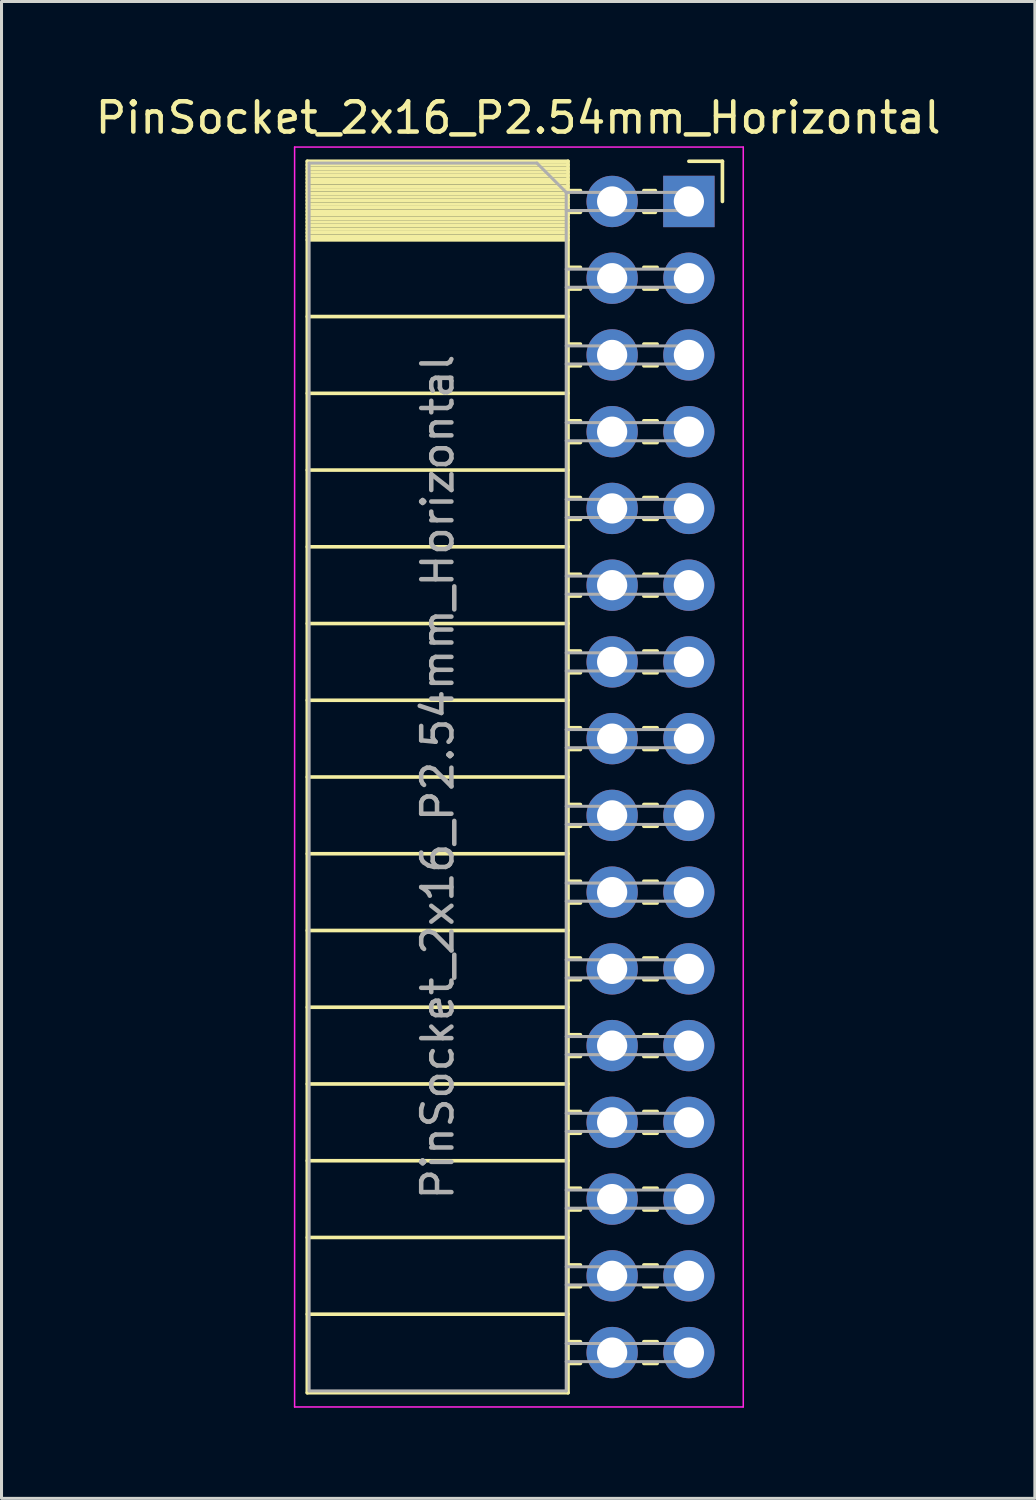
<source format=kicad_pcb>
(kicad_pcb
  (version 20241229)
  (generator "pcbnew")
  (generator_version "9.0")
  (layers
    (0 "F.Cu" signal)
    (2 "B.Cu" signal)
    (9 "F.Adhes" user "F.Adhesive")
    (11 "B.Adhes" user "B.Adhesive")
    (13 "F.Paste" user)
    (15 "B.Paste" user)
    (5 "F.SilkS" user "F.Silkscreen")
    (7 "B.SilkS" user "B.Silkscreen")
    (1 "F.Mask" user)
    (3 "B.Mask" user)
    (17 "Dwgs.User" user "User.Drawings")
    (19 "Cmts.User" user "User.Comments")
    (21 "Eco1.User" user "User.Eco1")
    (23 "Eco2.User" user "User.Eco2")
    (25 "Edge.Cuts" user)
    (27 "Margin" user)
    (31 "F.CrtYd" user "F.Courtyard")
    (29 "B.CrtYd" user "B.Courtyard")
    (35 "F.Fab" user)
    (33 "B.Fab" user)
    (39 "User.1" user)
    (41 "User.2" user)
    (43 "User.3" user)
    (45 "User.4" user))
  (footprint "PinSocket_2x16_P2.54mm_Horizontal"
    (layer "F.Cu")
    (at 19.751 3.618)
    (property "Reference" "PinSocket_2x16_P2.54mm_Horizontal" (at -5.65 -2.77 0) (layer "F.SilkS") (effects (font (size 1 1) (thickness 0.15))))
    (attr through_hole)
    (fp_line (start -12.63 -1.33) (end -12.63 39.43) (stroke (width 0.12) (type solid)) (layer "F.SilkS"))
    (fp_line (start -12.63 -1.33) (end -4 -1.33) (stroke (width 0.12) (type solid)) (layer "F.SilkS"))
    (fp_line (start -12.63 -1.21) (end -4 -1.21) (stroke (width 0.12) (type solid)) (layer "F.SilkS"))
    (fp_line (start -12.63 -1.092) (end -4 -1.092) (stroke (width 0.12) (type solid)) (layer "F.SilkS"))
    (fp_line (start -12.63 -0.974) (end -4 -0.974) (stroke (width 0.12) (type solid)) (layer "F.SilkS"))
    (fp_line (start -12.63 -0.856) (end -4 -0.856) (stroke (width 0.12) (type solid)) (layer "F.SilkS"))
    (fp_line (start -12.63 -0.738) (end -4 -0.738) (stroke (width 0.12) (type solid)) (layer "F.SilkS"))
    (fp_line (start -12.63 -0.62) (end -4 -0.62) (stroke (width 0.12) (type solid)) (layer "F.SilkS"))
    (fp_line (start -12.63 -0.501) (end -4 -0.501) (stroke (width 0.12) (type solid)) (layer "F.SilkS"))
    (fp_line (start -12.63 -0.383) (end -4 -0.383) (stroke (width 0.12) (type solid)) (layer "F.SilkS"))
    (fp_line (start -12.63 -0.265) (end -4 -0.265) (stroke (width 0.12) (type solid)) (layer "F.SilkS"))
    (fp_line (start -12.63 -0.147) (end -4 -0.147) (stroke (width 0.12) (type solid)) (layer "F.SilkS"))
    (fp_line (start -12.63 -0.029) (end -4 -0.029) (stroke (width 0.12) (type solid)) (layer "F.SilkS"))
    (fp_line (start -12.63 0.089) (end -4 0.089) (stroke (width 0.12) (type solid)) (layer "F.SilkS"))
    (fp_line (start -12.63 0.207) (end -4 0.207) (stroke (width 0.12) (type solid)) (layer "F.SilkS"))
    (fp_line (start -12.63 0.325) (end -4 0.325) (stroke (width 0.12) (type solid)) (layer "F.SilkS"))
    (fp_line (start -12.63 0.443) (end -4 0.443) (stroke (width 0.12) (type solid)) (layer "F.SilkS"))
    (fp_line (start -12.63 0.561) (end -4 0.561) (stroke (width 0.12) (type solid)) (layer "F.SilkS"))
    (fp_line (start -12.63 0.68) (end -4 0.68) (stroke (width 0.12) (type solid)) (layer "F.SilkS"))
    (fp_line (start -12.63 0.798) (end -4 0.798) (stroke (width 0.12) (type solid)) (layer "F.SilkS"))
    (fp_line (start -12.63 0.916) (end -4 0.916) (stroke (width 0.12) (type solid)) (layer "F.SilkS"))
    (fp_line (start -12.63 1.034) (end -4 1.034) (stroke (width 0.12) (type solid)) (layer "F.SilkS"))
    (fp_line (start -12.63 1.152) (end -4 1.152) (stroke (width 0.12) (type solid)) (layer "F.SilkS"))
    (fp_line (start -12.63 1.27) (end -4 1.27) (stroke (width 0.12) (type solid)) (layer "F.SilkS"))
    (fp_line (start -12.63 3.81) (end -4 3.81) (stroke (width 0.12) (type solid)) (layer "F.SilkS"))
    (fp_line (start -12.63 6.35) (end -4 6.35) (stroke (width 0.12) (type solid)) (layer "F.SilkS"))
    (fp_line (start -12.63 8.89) (end -4 8.89) (stroke (width 0.12) (type solid)) (layer "F.SilkS"))
    (fp_line (start -12.63 11.43) (end -4 11.43) (stroke (width 0.12) (type solid)) (layer "F.SilkS"))
    (fp_line (start -12.63 13.97) (end -4 13.97) (stroke (width 0.12) (type solid)) (layer "F.SilkS"))
    (fp_line (start -12.63 16.51) (end -4 16.51) (stroke (width 0.12) (type solid)) (layer "F.SilkS"))
    (fp_line (start -12.63 19.05) (end -4 19.05) (stroke (width 0.12) (type solid)) (layer "F.SilkS"))
    (fp_line (start -12.63 21.59) (end -4 21.59) (stroke (width 0.12) (type solid)) (layer "F.SilkS"))
    (fp_line (start -12.63 24.13) (end -4 24.13) (stroke (width 0.12) (type solid)) (layer "F.SilkS"))
    (fp_line (start -12.63 26.67) (end -4 26.67) (stroke (width 0.12) (type solid)) (layer "F.SilkS"))
    (fp_line (start -12.63 29.21) (end -4 29.21) (stroke (width 0.12) (type solid)) (layer "F.SilkS"))
    (fp_line (start -12.63 31.75) (end -4 31.75) (stroke (width 0.12) (type solid)) (layer "F.SilkS"))
    (fp_line (start -12.63 34.29) (end -4 34.29) (stroke (width 0.12) (type solid)) (layer "F.SilkS"))
    (fp_line (start -12.63 36.83) (end -4 36.83) (stroke (width 0.12) (type solid)) (layer "F.SilkS"))
    (fp_line (start -12.63 39.43) (end -4 39.43) (stroke (width 0.12) (type solid)) (layer "F.SilkS"))
    (fp_line (start -4 -1.33) (end -4 39.43) (stroke (width 0.12) (type solid)) (layer "F.SilkS"))
    (fp_line (start -4 -0.36) (end -3.59 -0.36) (stroke (width 0.12) (type solid)) (layer "F.SilkS"))
    (fp_line (start -4 0.36) (end -3.59 0.36) (stroke (width 0.12) (type solid)) (layer "F.SilkS"))
    (fp_line (start -4 2.18) (end -3.59 2.18) (stroke (width 0.12) (type solid)) (layer "F.SilkS"))
    (fp_line (start -4 2.9) (end -3.59 2.9) (stroke (width 0.12) (type solid)) (layer "F.SilkS"))
    (fp_line (start -4 4.72) (end -3.59 4.72) (stroke (width 0.12) (type solid)) (layer "F.SilkS"))
    (fp_line (start -4 5.44) (end -3.59 5.44) (stroke (width 0.12) (type solid)) (layer "F.SilkS"))
    (fp_line (start -4 7.26) (end -3.59 7.26) (stroke (width 0.12) (type solid)) (layer "F.SilkS"))
    (fp_line (start -4 7.98) (end -3.59 7.98) (stroke (width 0.12) (type solid)) (layer "F.SilkS"))
    (fp_line (start -4 9.8) (end -3.59 9.8) (stroke (width 0.12) (type solid)) (layer "F.SilkS"))
    (fp_line (start -4 10.52) (end -3.59 10.52) (stroke (width 0.12) (type solid)) (layer "F.SilkS"))
    (fp_line (start -4 12.34) (end -3.59 12.34) (stroke (width 0.12) (type solid)) (layer "F.SilkS"))
    (fp_line (start -4 13.06) (end -3.59 13.06) (stroke (width 0.12) (type solid)) (layer "F.SilkS"))
    (fp_line (start -4 14.88) (end -3.59 14.88) (stroke (width 0.12) (type solid)) (layer "F.SilkS"))
    (fp_line (start -4 15.6) (end -3.59 15.6) (stroke (width 0.12) (type solid)) (layer "F.SilkS"))
    (fp_line (start -4 17.42) (end -3.59 17.42) (stroke (width 0.12) (type solid)) (layer "F.SilkS"))
    (fp_line (start -4 18.14) (end -3.59 18.14) (stroke (width 0.12) (type solid)) (layer "F.SilkS"))
    (fp_line (start -4 19.96) (end -3.59 19.96) (stroke (width 0.12) (type solid)) (layer "F.SilkS"))
    (fp_line (start -4 20.68) (end -3.59 20.68) (stroke (width 0.12) (type solid)) (layer "F.SilkS"))
    (fp_line (start -4 22.5) (end -3.59 22.5) (stroke (width 0.12) (type solid)) (layer "F.SilkS"))
    (fp_line (start -4 23.22) (end -3.59 23.22) (stroke (width 0.12) (type solid)) (layer "F.SilkS"))
    (fp_line (start -4 25.04) (end -3.59 25.04) (stroke (width 0.12) (type solid)) (layer "F.SilkS"))
    (fp_line (start -4 25.76) (end -3.59 25.76) (stroke (width 0.12) (type solid)) (layer "F.SilkS"))
    (fp_line (start -4 27.58) (end -3.59 27.58) (stroke (width 0.12) (type solid)) (layer "F.SilkS"))
    (fp_line (start -4 28.3) (end -3.59 28.3) (stroke (width 0.12) (type solid)) (layer "F.SilkS"))
    (fp_line (start -4 30.12) (end -3.59 30.12) (stroke (width 0.12) (type solid)) (layer "F.SilkS"))
    (fp_line (start -4 30.84) (end -3.59 30.84) (stroke (width 0.12) (type solid)) (layer "F.SilkS"))
    (fp_line (start -4 32.66) (end -3.59 32.66) (stroke (width 0.12) (type solid)) (layer "F.SilkS"))
    (fp_line (start -4 33.38) (end -3.59 33.38) (stroke (width 0.12) (type solid)) (layer "F.SilkS"))
    (fp_line (start -4 35.2) (end -3.59 35.2) (stroke (width 0.12) (type solid)) (layer "F.SilkS"))
    (fp_line (start -4 35.92) (end -3.59 35.92) (stroke (width 0.12) (type solid)) (layer "F.SilkS"))
    (fp_line (start -4 37.74) (end -3.59 37.74) (stroke (width 0.12) (type solid)) (layer "F.SilkS"))
    (fp_line (start -4 38.46) (end -3.59 38.46) (stroke (width 0.12) (type solid)) (layer "F.SilkS"))
    (fp_line (start -1.49 -0.36) (end -1.11 -0.36) (stroke (width 0.12) (type solid)) (layer "F.SilkS"))
    (fp_line (start -1.49 0.36) (end -1.11 0.36) (stroke (width 0.12) (type solid)) (layer "F.SilkS"))
    (fp_line (start -1.49 2.18) (end -1.05 2.18) (stroke (width 0.12) (type solid)) (layer "F.SilkS"))
    (fp_line (start -1.49 2.9) (end -1.05 2.9) (stroke (width 0.12) (type solid)) (layer "F.SilkS"))
    (fp_line (start -1.49 4.72) (end -1.05 4.72) (stroke (width 0.12) (type solid)) (layer "F.SilkS"))
    (fp_line (start -1.49 5.44) (end -1.05 5.44) (stroke (width 0.12) (type solid)) (layer "F.SilkS"))
    (fp_line (start -1.49 7.26) (end -1.05 7.26) (stroke (width 0.12) (type solid)) (layer "F.SilkS"))
    (fp_line (start -1.49 7.98) (end -1.05 7.98) (stroke (width 0.12) (type solid)) (layer "F.SilkS"))
    (fp_line (start -1.49 9.8) (end -1.05 9.8) (stroke (width 0.12) (type solid)) (layer "F.SilkS"))
    (fp_line (start -1.49 10.52) (end -1.05 10.52) (stroke (width 0.12) (type solid)) (layer "F.SilkS"))
    (fp_line (start -1.49 12.34) (end -1.05 12.34) (stroke (width 0.12) (type solid)) (layer "F.SilkS"))
    (fp_line (start -1.49 13.06) (end -1.05 13.06) (stroke (width 0.12) (type solid)) (layer "F.SilkS"))
    (fp_line (start -1.49 14.88) (end -1.05 14.88) (stroke (width 0.12) (type solid)) (layer "F.SilkS"))
    (fp_line (start -1.49 15.6) (end -1.05 15.6) (stroke (width 0.12) (type solid)) (layer "F.SilkS"))
    (fp_line (start -1.49 17.42) (end -1.05 17.42) (stroke (width 0.12) (type solid)) (layer "F.SilkS"))
    (fp_line (start -1.49 18.14) (end -1.05 18.14) (stroke (width 0.12) (type solid)) (layer "F.SilkS"))
    (fp_line (start -1.49 19.96) (end -1.05 19.96) (stroke (width 0.12) (type solid)) (layer "F.SilkS"))
    (fp_line (start -1.49 20.68) (end -1.05 20.68) (stroke (width 0.12) (type solid)) (layer "F.SilkS"))
    (fp_line (start -1.49 22.5) (end -1.05 22.5) (stroke (width 0.12) (type solid)) (layer "F.SilkS"))
    (fp_line (start -1.49 23.22) (end -1.05 23.22) (stroke (width 0.12) (type solid)) (layer "F.SilkS"))
    (fp_line (start -1.49 25.04) (end -1.05 25.04) (stroke (width 0.12) (type solid)) (layer "F.SilkS"))
    (fp_line (start -1.49 25.76) (end -1.05 25.76) (stroke (width 0.12) (type solid)) (layer "F.SilkS"))
    (fp_line (start -1.49 27.58) (end -1.05 27.58) (stroke (width 0.12) (type solid)) (layer "F.SilkS"))
    (fp_line (start -1.49 28.3) (end -1.05 28.3) (stroke (width 0.12) (type solid)) (layer "F.SilkS"))
    (fp_line (start -1.49 30.12) (end -1.05 30.12) (stroke (width 0.12) (type solid)) (layer "F.SilkS"))
    (fp_line (start -1.49 30.84) (end -1.05 30.84) (stroke (width 0.12) (type solid)) (layer "F.SilkS"))
    (fp_line (start -1.49 32.66) (end -1.05 32.66) (stroke (width 0.12) (type solid)) (layer "F.SilkS"))
    (fp_line (start -1.49 33.38) (end -1.05 33.38) (stroke (width 0.12) (type solid)) (layer "F.SilkS"))
    (fp_line (start -1.49 35.2) (end -1.05 35.2) (stroke (width 0.12) (type solid)) (layer "F.SilkS"))
    (fp_line (start -1.49 35.92) (end -1.05 35.92) (stroke (width 0.12) (type solid)) (layer "F.SilkS"))
    (fp_line (start -1.49 37.74) (end -1.05 37.74) (stroke (width 0.12) (type solid)) (layer "F.SilkS"))
    (fp_line (start -1.49 38.46) (end -1.05 38.46) (stroke (width 0.12) (type solid)) (layer "F.SilkS"))
    (fp_line (start 0 -1.33) (end 1.11 -1.33) (stroke (width 0.12) (type solid)) (layer "F.SilkS"))
    (fp_line (start 1.11 -1.33) (end 1.11 0) (stroke (width 0.12) (type solid)) (layer "F.SilkS"))
    (fp_line (start -13.05 -1.8) (end -13.05 39.9) (stroke (width 0.05) (type solid)) (layer "F.CrtYd"))
    (fp_line (start -13.05 39.9) (end 1.8 39.9) (stroke (width 0.05) (type solid)) (layer "F.CrtYd"))
    (fp_line (start 1.8 -1.8) (end -13.05 -1.8) (stroke (width 0.05) (type solid)) (layer "F.CrtYd"))
    (fp_line (start 1.8 39.9) (end 1.8 -1.8) (stroke (width 0.05) (type solid)) (layer "F.CrtYd"))
    (fp_line (start -12.57 -1.27) (end -5.03 -1.27) (stroke (width 0.1) (type solid)) (layer "F.Fab"))
    (fp_line (start -12.57 39.37) (end -12.57 -1.27) (stroke (width 0.1) (type solid)) (layer "F.Fab"))
    (fp_line (start -5.03 -1.27) (end -4.06 -0.3) (stroke (width 0.1) (type solid)) (layer "F.Fab"))
    (fp_line (start -4.06 -0.3) (end -4.06 39.37) (stroke (width 0.1) (type solid)) (layer "F.Fab"))
    (fp_line (start -4.06 0.3) (end 0 0.3) (stroke (width 0.1) (type solid)) (layer "F.Fab"))
    (fp_line (start -4.06 2.84) (end 0 2.84) (stroke (width 0.1) (type solid)) (layer "F.Fab"))
    (fp_line (start -4.06 5.38) (end 0 5.38) (stroke (width 0.1) (type solid)) (layer "F.Fab"))
    (fp_line (start -4.06 7.92) (end 0 7.92) (stroke (width 0.1) (type solid)) (layer "F.Fab"))
    (fp_line (start -4.06 10.46) (end 0 10.46) (stroke (width 0.1) (type solid)) (layer "F.Fab"))
    (fp_line (start -4.06 13) (end 0 13) (stroke (width 0.1) (type solid)) (layer "F.Fab"))
    (fp_line (start -4.06 15.54) (end 0 15.54) (stroke (width 0.1) (type solid)) (layer "F.Fab"))
    (fp_line (start -4.06 18.08) (end 0 18.08) (stroke (width 0.1) (type solid)) (layer "F.Fab"))
    (fp_line (start -4.06 20.62) (end 0 20.62) (stroke (width 0.1) (type solid)) (layer "F.Fab"))
    (fp_line (start -4.06 23.16) (end 0 23.16) (stroke (width 0.1) (type solid)) (layer "F.Fab"))
    (fp_line (start -4.06 25.7) (end 0 25.7) (stroke (width 0.1) (type solid)) (layer "F.Fab"))
    (fp_line (start -4.06 28.24) (end 0 28.24) (stroke (width 0.1) (type solid)) (layer "F.Fab"))
    (fp_line (start -4.06 30.78) (end 0 30.78) (stroke (width 0.1) (type solid)) (layer "F.Fab"))
    (fp_line (start -4.06 33.32) (end 0 33.32) (stroke (width 0.1) (type solid)) (layer "F.Fab"))
    (fp_line (start -4.06 35.86) (end 0 35.86) (stroke (width 0.1) (type solid)) (layer "F.Fab"))
    (fp_line (start -4.06 38.4) (end 0 38.4) (stroke (width 0.1) (type solid)) (layer "F.Fab"))
    (fp_line (start -4.06 39.37) (end -12.57 39.37) (stroke (width 0.1) (type solid)) (layer "F.Fab"))
    (fp_line (start 0 -0.3) (end -4.06 -0.3) (stroke (width 0.1) (type solid)) (layer "F.Fab"))
    (fp_line (start 0 0.3) (end 0 -0.3) (stroke (width 0.1) (type solid)) (layer "F.Fab"))
    (fp_line (start 0 2.24) (end -4.06 2.24) (stroke (width 0.1) (type solid)) (layer "F.Fab"))
    (fp_line (start 0 2.84) (end 0 2.24) (stroke (width 0.1) (type solid)) (layer "F.Fab"))
    (fp_line (start 0 4.78) (end -4.06 4.78) (stroke (width 0.1) (type solid)) (layer "F.Fab"))
    (fp_line (start 0 5.38) (end 0 4.78) (stroke (width 0.1) (type solid)) (layer "F.Fab"))
    (fp_line (start 0 7.32) (end -4.06 7.32) (stroke (width 0.1) (type solid)) (layer "F.Fab"))
    (fp_line (start 0 7.92) (end 0 7.32) (stroke (width 0.1) (type solid)) (layer "F.Fab"))
    (fp_line (start 0 9.86) (end -4.06 9.86) (stroke (width 0.1) (type solid)) (layer "F.Fab"))
    (fp_line (start 0 10.46) (end 0 9.86) (stroke (width 0.1) (type solid)) (layer "F.Fab"))
    (fp_line (start 0 12.4) (end -4.06 12.4) (stroke (width 0.1) (type solid)) (layer "F.Fab"))
    (fp_line (start 0 13) (end 0 12.4) (stroke (width 0.1) (type solid)) (layer "F.Fab"))
    (fp_line (start 0 14.94) (end -4.06 14.94) (stroke (width 0.1) (type solid)) (layer "F.Fab"))
    (fp_line (start 0 15.54) (end 0 14.94) (stroke (width 0.1) (type solid)) (layer "F.Fab"))
    (fp_line (start 0 17.48) (end -4.06 17.48) (stroke (width 0.1) (type solid)) (layer "F.Fab"))
    (fp_line (start 0 18.08) (end 0 17.48) (stroke (width 0.1) (type solid)) (layer "F.Fab"))
    (fp_line (start 0 20.02) (end -4.06 20.02) (stroke (width 0.1) (type solid)) (layer "F.Fab"))
    (fp_line (start 0 20.62) (end 0 20.02) (stroke (width 0.1) (type solid)) (layer "F.Fab"))
    (fp_line (start 0 22.56) (end -4.06 22.56) (stroke (width 0.1) (type solid)) (layer "F.Fab"))
    (fp_line (start 0 23.16) (end 0 22.56) (stroke (width 0.1) (type solid)) (layer "F.Fab"))
    (fp_line (start 0 25.1) (end -4.06 25.1) (stroke (width 0.1) (type solid)) (layer "F.Fab"))
    (fp_line (start 0 25.7) (end 0 25.1) (stroke (width 0.1) (type solid)) (layer "F.Fab"))
    (fp_line (start 0 27.64) (end -4.06 27.64) (stroke (width 0.1) (type solid)) (layer "F.Fab"))
    (fp_line (start 0 28.24) (end 0 27.64) (stroke (width 0.1) (type solid)) (layer "F.Fab"))
    (fp_line (start 0 30.18) (end -4.06 30.18) (stroke (width 0.1) (type solid)) (layer "F.Fab"))
    (fp_line (start 0 30.78) (end 0 30.18) (stroke (width 0.1) (type solid)) (layer "F.Fab"))
    (fp_line (start 0 32.72) (end -4.06 32.72) (stroke (width 0.1) (type solid)) (layer "F.Fab"))
    (fp_line (start 0 33.32) (end 0 32.72) (stroke (width 0.1) (type solid)) (layer "F.Fab"))
    (fp_line (start 0 35.26) (end -4.06 35.26) (stroke (width 0.1) (type solid)) (layer "F.Fab"))
    (fp_line (start 0 35.86) (end 0 35.26) (stroke (width 0.1) (type solid)) (layer "F.Fab"))
    (fp_line (start 0 37.8) (end -4.06 37.8) (stroke (width 0.1) (type solid)) (layer "F.Fab"))
    (fp_line (start 0 38.4) (end 0 37.8) (stroke (width 0.1) (type solid)) (layer "F.Fab"))
    (fp_text user "${REFERENCE}" (at -8.315 19.05 90) (layer "F.Fab") (effects (font (size 1 1) (thickness 0.15))))
    (pad "1" thru_hole rect (at 0 0) (size 1.7 1.7) (drill 1) (layers "*.Cu" "*.Mask"))
    (pad "2" thru_hole circle (at -2.54 0) (size 1.7 1.7) (drill 1) (layers "*.Cu" "*.Mask"))
    (pad "3" thru_hole circle (at 0 2.54) (size 1.7 1.7) (drill 1) (layers "*.Cu" "*.Mask"))
    (pad "4" thru_hole circle (at -2.54 2.54) (size 1.7 1.7) (drill 1) (layers "*.Cu" "*.Mask"))
    (pad "5" thru_hole circle (at 0 5.08) (size 1.7 1.7) (drill 1) (layers "*.Cu" "*.Mask"))
    (pad "6" thru_hole circle (at -2.54 5.08) (size 1.7 1.7) (drill 1) (layers "*.Cu" "*.Mask"))
    (pad "7" thru_hole circle (at 0 7.62) (size 1.7 1.7) (drill 1) (layers "*.Cu" "*.Mask"))
    (pad "8" thru_hole circle (at -2.54 7.62) (size 1.7 1.7) (drill 1) (layers "*.Cu" "*.Mask"))
    (pad "9" thru_hole circle (at 0 10.16) (size 1.7 1.7) (drill 1) (layers "*.Cu" "*.Mask"))
    (pad "10" thru_hole circle (at -2.54 10.16) (size 1.7 1.7) (drill 1) (layers "*.Cu" "*.Mask"))
    (pad "11" thru_hole circle (at 0 12.7) (size 1.7 1.7) (drill 1) (layers "*.Cu" "*.Mask"))
    (pad "12" thru_hole circle (at -2.54 12.7) (size 1.7 1.7) (drill 1) (layers "*.Cu" "*.Mask"))
    (pad "13" thru_hole circle (at 0 15.24) (size 1.7 1.7) (drill 1) (layers "*.Cu" "*.Mask"))
    (pad "14" thru_hole circle (at -2.54 15.24) (size 1.7 1.7) (drill 1) (layers "*.Cu" "*.Mask"))
    (pad "15" thru_hole circle (at 0 17.78) (size 1.7 1.7) (drill 1) (layers "*.Cu" "*.Mask"))
    (pad "16" thru_hole circle (at -2.54 17.78) (size 1.7 1.7) (drill 1) (layers "*.Cu" "*.Mask"))
    (pad "17" thru_hole circle (at 0 20.32) (size 1.7 1.7) (drill 1) (layers "*.Cu" "*.Mask"))
    (pad "18" thru_hole circle (at -2.54 20.32) (size 1.7 1.7) (drill 1) (layers "*.Cu" "*.Mask"))
    (pad "19" thru_hole circle (at 0 22.86) (size 1.7 1.7) (drill 1) (layers "*.Cu" "*.Mask"))
    (pad "20" thru_hole circle (at -2.54 22.86) (size 1.7 1.7) (drill 1) (layers "*.Cu" "*.Mask"))
    (pad "21" thru_hole circle (at 0 25.4) (size 1.7 1.7) (drill 1) (layers "*.Cu" "*.Mask"))
    (pad "22" thru_hole circle (at -2.54 25.4) (size 1.7 1.7) (drill 1) (layers "*.Cu" "*.Mask"))
    (pad "23" thru_hole circle (at 0 27.94) (size 1.7 1.7) (drill 1) (layers "*.Cu" "*.Mask"))
    (pad "24" thru_hole circle (at -2.54 27.94) (size 1.7 1.7) (drill 1) (layers "*.Cu" "*.Mask"))
    (pad "25" thru_hole circle (at 0 30.48) (size 1.7 1.7) (drill 1) (layers "*.Cu" "*.Mask"))
    (pad "26" thru_hole circle (at -2.54 30.48) (size 1.7 1.7) (drill 1) (layers "*.Cu" "*.Mask"))
    (pad "27" thru_hole circle (at 0 33.02) (size 1.7 1.7) (drill 1) (layers "*.Cu" "*.Mask"))
    (pad "28" thru_hole circle (at -2.54 33.02) (size 1.7 1.7) (drill 1) (layers "*.Cu" "*.Mask"))
    (pad "29" thru_hole circle (at 0 35.56) (size 1.7 1.7) (drill 1) (layers "*.Cu" "*.Mask"))
    (pad "30" thru_hole circle (at -2.54 35.56) (size 1.7 1.7) (drill 1) (layers "*.Cu" "*.Mask"))
    (pad "31" thru_hole circle (at 0 38.1) (size 1.7 1.7) (drill 1) (layers "*.Cu" "*.Mask"))
    (pad "32" thru_hole circle (at -2.54 38.1) (size 1.7 1.7) (drill 1) (layers "*.Cu" "*.Mask")))
  (gr_rect
    (start -3 -3)
    (end 31.202 46.543)
    (stroke (width 0.1) (type default))
    (fill no)
    (layer "Edge.Cuts")))
</source>
